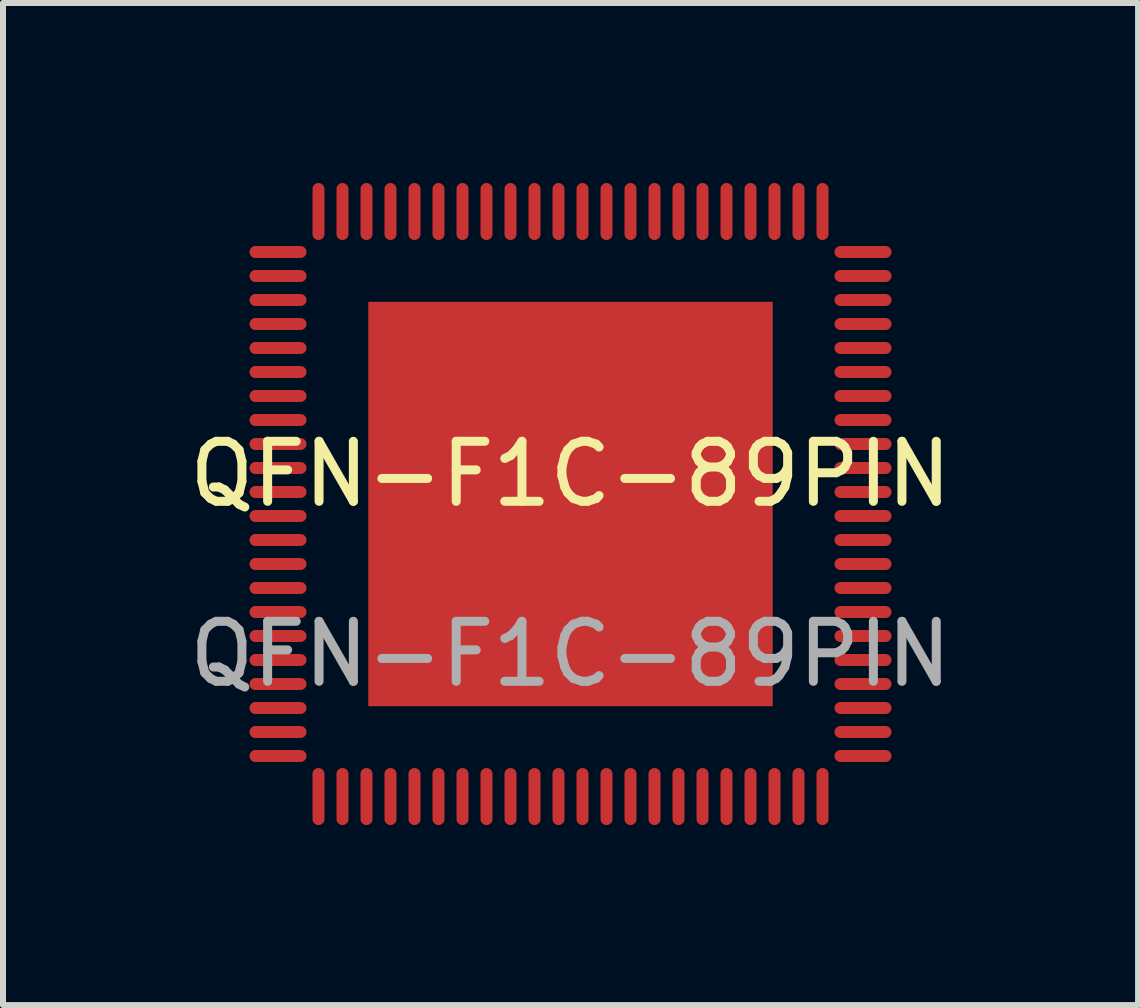
<source format=kicad_pcb>
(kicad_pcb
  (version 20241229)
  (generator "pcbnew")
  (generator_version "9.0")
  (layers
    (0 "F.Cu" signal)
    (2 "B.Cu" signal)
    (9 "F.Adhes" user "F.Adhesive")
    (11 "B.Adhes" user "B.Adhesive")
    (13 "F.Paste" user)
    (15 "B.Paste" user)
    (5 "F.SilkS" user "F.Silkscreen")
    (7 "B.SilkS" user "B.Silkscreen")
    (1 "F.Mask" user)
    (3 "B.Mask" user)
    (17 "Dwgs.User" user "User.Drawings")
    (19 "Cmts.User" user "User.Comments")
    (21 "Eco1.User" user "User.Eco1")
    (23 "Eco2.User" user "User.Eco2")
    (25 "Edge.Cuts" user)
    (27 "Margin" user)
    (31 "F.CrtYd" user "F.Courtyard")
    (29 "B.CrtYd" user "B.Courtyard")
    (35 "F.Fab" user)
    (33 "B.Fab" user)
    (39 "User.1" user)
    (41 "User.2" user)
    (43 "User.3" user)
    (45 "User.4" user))
  (footprint "QFN-F1C-89PIN"
    (layer "F.Cu")
    (at 6.458 5.35)
    (property "Reference" "QFN-F1C-89PIN" (at 0 -0.5 0) (unlocked yes) (layer "F.SilkS") (effects (font (size 1 1) (thickness 0.15))))
    (fp_text user "${REFERENCE}" (at 0 2.5 0) (unlocked yes) (layer "F.Fab") (effects (font (size 1 1) (thickness 0.15))))
    (pad "1" smd oval (at 4.875 4.2 270) (size 0.2 0.95) (layers "F.Cu"))
    (pad "2" smd oval (at 4.875 3.8 270) (size 0.2 0.95) (layers "F.Cu"))
    (pad "3" smd oval (at 4.875 3.4 270) (size 0.2 0.95) (layers "F.Cu"))
    (pad "4" smd oval (at 4.875 3 270) (size 0.2 0.95) (layers "F.Cu"))
    (pad "5" smd oval (at 4.875 2.6 270) (size 0.2 0.95) (layers "F.Cu"))
    (pad "6" smd oval (at 4.875 2.2 270) (size 0.2 0.95) (layers "F.Cu"))
    (pad "7" smd oval (at 4.875 1.8 270) (size 0.2 0.95) (layers "F.Cu"))
    (pad "8" smd oval (at 4.875 1.4 270) (size 0.2 0.95) (layers "F.Cu"))
    (pad "9" smd oval (at 4.875 1 270) (size 0.2 0.95) (layers "F.Cu"))
    (pad "10" smd oval (at 4.875 0.6 270) (size 0.2 0.95) (layers "F.Cu"))
    (pad "11" smd oval (at 4.875 0.2 270) (size 0.2 0.95) (layers "F.Cu"))
    (pad "12" smd oval (at 4.875 -0.2 270) (size 0.2 0.95) (layers "F.Cu"))
    (pad "13" smd oval (at 4.875 -0.6 270) (size 0.2 0.95) (layers "F.Cu"))
    (pad "14" smd oval (at 4.875 -1 270) (size 0.2 0.95) (layers "F.Cu"))
    (pad "15" smd oval (at 4.875 -1.4 270) (size 0.2 0.95) (layers "F.Cu"))
    (pad "16" smd oval (at 4.875 -1.8 270) (size 0.2 0.95) (layers "F.Cu"))
    (pad "17" smd oval (at 4.875 -2.2 270) (size 0.2 0.95) (layers "F.Cu"))
    (pad "18" smd oval (at 4.875 -2.6 270) (size 0.2 0.95) (layers "F.Cu"))
    (pad "19" smd oval (at 4.875 -3 270) (size 0.2 0.95) (layers "F.Cu"))
    (pad "20" smd oval (at 4.875 -3.4 270) (size 0.2 0.95) (layers "F.Cu"))
    (pad "21" smd oval (at 4.875 -3.8 270) (size 0.2 0.95) (layers "F.Cu"))
    (pad "22" smd oval (at 4.875 -4.2 270) (size 0.2 0.95) (layers "F.Cu"))
    (pad "23" smd oval (at 4.2 -4.875 180) (size 0.2 0.95) (layers "F.Cu"))
    (pad "24" smd oval (at 3.8 -4.875 180) (size 0.2 0.95) (layers "F.Cu"))
    (pad "25" smd oval (at 3.4 -4.875 180) (size 0.2 0.95) (layers "F.Cu"))
    (pad "26" smd oval (at 3 -4.875 180) (size 0.2 0.95) (layers "F.Cu"))
    (pad "27" smd oval (at 2.6 -4.875 180) (size 0.2 0.95) (layers "F.Cu"))
    (pad "28" smd oval (at 2.2 -4.875 180) (size 0.2 0.95) (layers "F.Cu"))
    (pad "29" smd oval (at 1.8 -4.875 180) (size 0.2 0.95) (layers "F.Cu"))
    (pad "30" smd oval (at 1.4 -4.875 180) (size 0.2 0.95) (layers "F.Cu"))
    (pad "31" smd oval (at 1 -4.875 180) (size 0.2 0.95) (layers "F.Cu"))
    (pad "32" smd oval (at 0.6 -4.875 180) (size 0.2 0.95) (layers "F.Cu"))
    (pad "33" smd oval (at 0.2 -4.875 180) (size 0.2 0.95) (layers "F.Cu"))
    (pad "34" smd oval (at -0.2 -4.875 180) (size 0.2 0.95) (layers "F.Cu"))
    (pad "35" smd oval (at -0.6 -4.875 180) (size 0.2 0.95) (layers "F.Cu"))
    (pad "36" smd oval (at -1 -4.875 180) (size 0.2 0.95) (layers "F.Cu"))
    (pad "37" smd oval (at -1.4 -4.875 180) (size 0.2 0.95) (layers "F.Cu"))
    (pad "38" smd oval (at -1.8 -4.875 180) (size 0.2 0.95) (layers "F.Cu"))
    (pad "39" smd oval (at -2.2 -4.875 180) (size 0.2 0.95) (layers "F.Cu"))
    (pad "40" smd oval (at -2.6 -4.875 180) (size 0.2 0.95) (layers "F.Cu"))
    (pad "41" smd oval (at -3 -4.875 180) (size 0.2 0.95) (layers "F.Cu"))
    (pad "42" smd oval (at -3.4 -4.875 180) (size 0.2 0.95) (layers "F.Cu"))
    (pad "43" smd oval (at -3.8 -4.875 180) (size 0.2 0.95) (layers "F.Cu"))
    (pad "44" smd oval (at -4.2 -4.875 180) (size 0.2 0.95) (layers "F.Cu"))
    (pad "45" smd oval (at -4.875 -4.2 270) (size 0.2 0.95) (layers "F.Cu"))
    (pad "46" smd oval (at -4.875 -3.8 270) (size 0.2 0.95) (layers "F.Cu"))
    (pad "47" smd oval (at -4.875 -3.4 270) (size 0.2 0.95) (layers "F.Cu"))
    (pad "48" smd oval (at -4.875 -3 270) (size 0.2 0.95) (layers "F.Cu"))
    (pad "49" smd oval (at -4.875 -2.6 270) (size 0.2 0.95) (layers "F.Cu"))
    (pad "50" smd oval (at -4.875 -2.2 270) (size 0.2 0.95) (layers "F.Cu"))
    (pad "51" smd oval (at -4.875 -1.8 270) (size 0.2 0.95) (layers "F.Cu"))
    (pad "52" smd oval (at -4.875 -1.4 270) (size 0.2 0.95) (layers "F.Cu"))
    (pad "53" smd oval (at -4.875 -1 270) (size 0.2 0.95) (layers "F.Cu"))
    (pad "54" smd oval (at -4.875 -0.6 270) (size 0.2 0.95) (layers "F.Cu"))
    (pad "55" smd oval (at -4.875 -0.2 270) (size 0.2 0.95) (layers "F.Cu"))
    (pad "56" smd oval (at -4.875 0.2 270) (size 0.2 0.95) (layers "F.Cu"))
    (pad "57" smd oval (at -4.875 0.6 270) (size 0.2 0.95) (layers "F.Cu"))
    (pad "58" smd oval (at -4.875 1 270) (size 0.2 0.95) (layers "F.Cu"))
    (pad "59" smd oval (at -4.875 1.4 270) (size 0.2 0.95) (layers "F.Cu"))
    (pad "60" smd oval (at -4.875 1.8 270) (size 0.2 0.95) (layers "F.Cu"))
    (pad "61" smd oval (at -4.875 2.2 270) (size 0.2 0.95) (layers "F.Cu"))
    (pad "62" smd oval (at -4.875 2.6 270) (size 0.2 0.95) (layers "F.Cu"))
    (pad "63" smd oval (at -4.875 3 270) (size 0.2 0.95) (layers "F.Cu"))
    (pad "64" smd oval (at -4.875 3.4 270) (size 0.2 0.95) (layers "F.Cu"))
    (pad "65" smd oval (at -4.875 3.8 270) (size 0.2 0.95) (layers "F.Cu"))
    (pad "66" smd oval (at -4.875 4.2 270) (size 0.2 0.95) (layers "F.Cu"))
    (pad "67" smd oval (at -4.2 4.875 180) (size 0.2 0.95) (layers "F.Cu"))
    (pad "68" smd oval (at -3.8 4.875 180) (size 0.2 0.95) (layers "F.Cu"))
    (pad "69" smd oval (at -3.4 4.875 180) (size 0.2 0.95) (layers "F.Cu"))
    (pad "70" smd oval (at -3 4.875 180) (size 0.2 0.95) (layers "F.Cu"))
    (pad "71" smd oval (at -2.6 4.875 180) (size 0.2 0.95) (layers "F.Cu"))
    (pad "72" smd oval (at -2.2 4.875 180) (size 0.2 0.95) (layers "F.Cu"))
    (pad "73" smd oval (at -1.8 4.875 180) (size 0.2 0.95) (layers "F.Cu"))
    (pad "74" smd oval (at -1.4 4.875 180) (size 0.2 0.95) (layers "F.Cu"))
    (pad "75" smd oval (at -1 4.875 180) (size 0.2 0.95) (layers "F.Cu"))
    (pad "76" smd oval (at -0.6 4.875 180) (size 0.2 0.95) (layers "F.Cu"))
    (pad "77" smd oval (at -0.2 4.875 180) (size 0.2 0.95) (layers "F.Cu"))
    (pad "78" smd oval (at 0.2 4.875 180) (size 0.2 0.95) (layers "F.Cu"))
    (pad "79" smd oval (at 0.6 4.875 180) (size 0.2 0.95) (layers "F.Cu"))
    (pad "80" smd oval (at 1 4.875 180) (size 0.2 0.95) (layers "F.Cu"))
    (pad "81" smd oval (at 1.4 4.875 180) (size 0.2 0.95) (layers "F.Cu"))
    (pad "82" smd oval (at 1.8 4.875 180) (size 0.2 0.95) (layers "F.Cu"))
    (pad "83" smd oval (at 2.2 4.875 180) (size 0.2 0.95) (layers "F.Cu"))
    (pad "84" smd oval (at 2.6 4.875 180) (size 0.2 0.95) (layers "F.Cu"))
    (pad "85" smd oval (at 3 4.875 180) (size 0.2 0.95) (layers "F.Cu"))
    (pad "86" smd oval (at 3.4 4.875 180) (size 0.2 0.95) (layers "F.Cu"))
    (pad "87" smd oval (at 3.8 4.875 180) (size 0.2 0.95) (layers "F.Cu"))
    (pad "88" smd oval (at 4.2 4.875 180) (size 0.2 0.95) (layers "F.Cu"))
    (pad "89" smd rect (at 0 0 180) (size 6.74 6.74) (layers "F.Cu")))
  (gr_rect
    (start -3 -3)
    (end 15.917 13.7)
    (stroke (width 0.1) (type default))
    (fill no)
    (layer "Edge.Cuts")))
</source>
